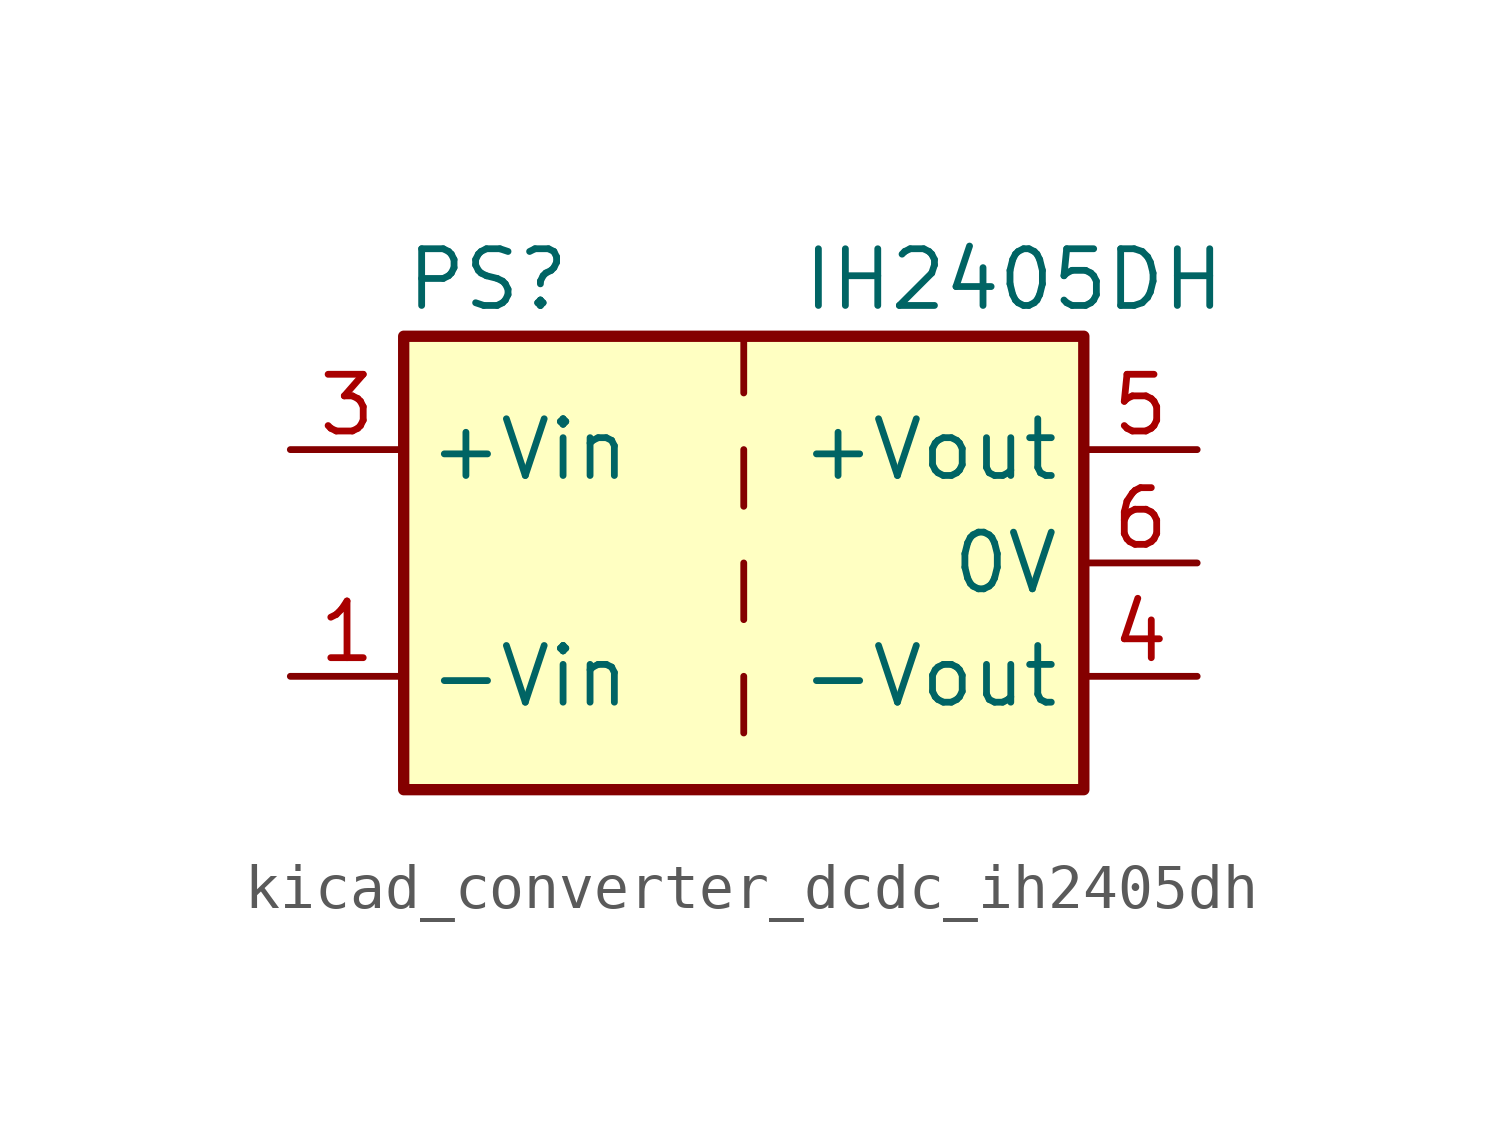
<source format=kicad_sym>
(kicad_symbol_lib
  (version 20220914)
  (generator kicad_symbol_editor)
  (symbol "kicad_converter_dcdc_ih2405dh"
    (property "Reference" "PS"
      (at -7.62 6.35 0)
      (effects (font (size 1.27 1.27)) (justify left)))
    (property "Value" "IH2405DH"
      (at 1.27 6.35 0)
      (effects (font (size 1.27 1.27)) (justify left)))
    (symbol "kicad_converter_dcdc_ih2405dh_0_0"
      (pin power_in line (at -10.16 -2.54 0) (length 2.54) (name "-Vin" (effects (font (size 1.27 1.27)))) (number "1" (effects (font (size 1.27 1.27)))))
      (pin power_in line (at -10.16 2.54 0) (length 2.54) (name "+Vin" (effects (font (size 1.27 1.27)))) (number "3" (effects (font (size 1.27 1.27)))))
      (pin power_out line (at 10.16 -2.54 180) (length 2.54) (name "-Vout" (effects (font (size 1.27 1.27)))) (number "4" (effects (font (size 1.27 1.27)))))
      (pin power_out line (at 10.16 2.54 180) (length 2.54) (name "+Vout" (effects (font (size 1.27 1.27)))) (number "5" (effects (font (size 1.27 1.27)))))
      (pin power_out line (at 10.16 0 180) (length 2.54) (name "0V" (effects (font (size 1.27 1.27)))) (number "6" (effects (font (size 1.27 1.27))))))
    (symbol "kicad_converter_dcdc_ih2405dh_0_1"
      (rectangle (start -7.62 5.08) (end 7.62 -5.08) (stroke (width 0.254) (type default)) (fill (type background)))
      (polyline (pts (xy 0 -2.54) (xy 0 -3.81)) (stroke (width 0) (type default)) (fill (type none)))
      (polyline (pts (xy 0 0) (xy 0 -1.27)) (stroke (width 0) (type default)) (fill (type none)))
      (polyline (pts (xy 0 2.54) (xy 0 1.27)) (stroke (width 0) (type default)) (fill (type none)))
      (polyline (pts (xy 0 5.08) (xy 0 3.81)) (stroke (width 0) (type default)) (fill (type none))))
    (symbol "kicad_converter_dcdc_ih2405dh_1_1"
      (pin no_connect line (at 0 -5.08 90) (length 2.54) hide (name "NC" (effects (font (size 1.27 1.27)))) (number "2" (effects (font (size 1.27 1.27))))))))
</source>
